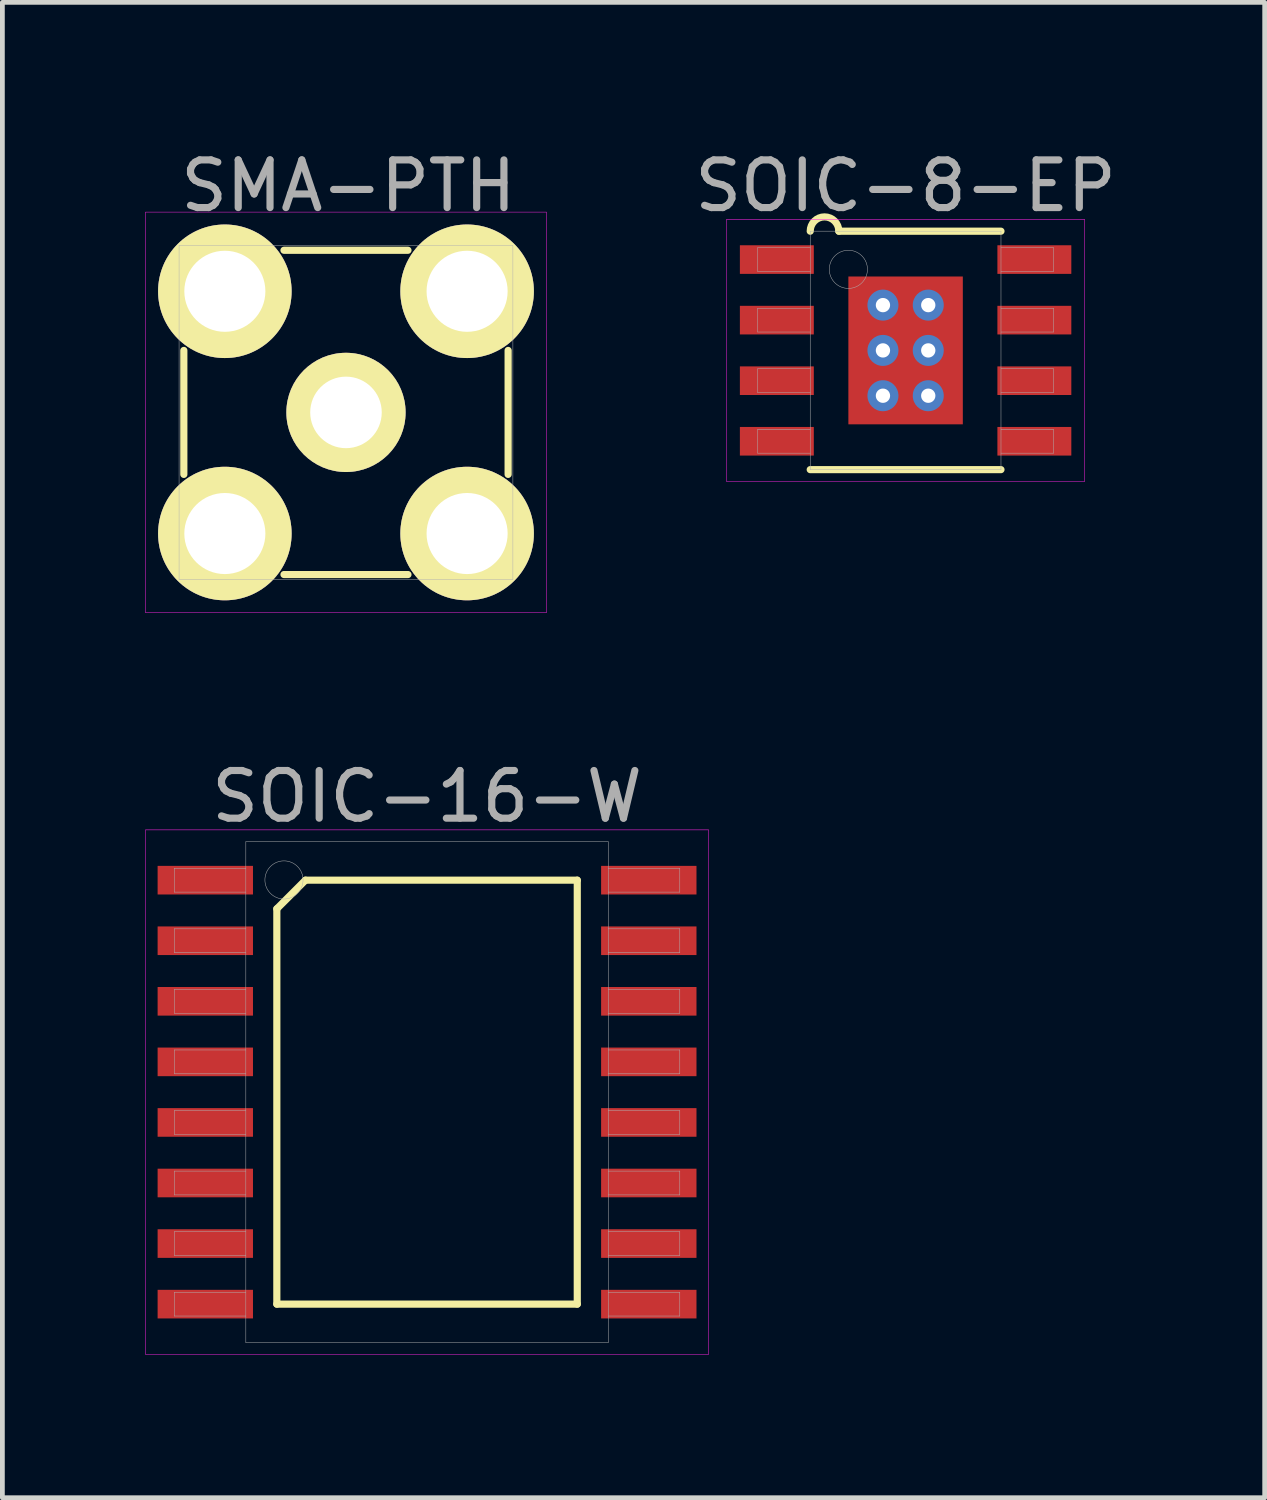
<source format=kicad_pcb>
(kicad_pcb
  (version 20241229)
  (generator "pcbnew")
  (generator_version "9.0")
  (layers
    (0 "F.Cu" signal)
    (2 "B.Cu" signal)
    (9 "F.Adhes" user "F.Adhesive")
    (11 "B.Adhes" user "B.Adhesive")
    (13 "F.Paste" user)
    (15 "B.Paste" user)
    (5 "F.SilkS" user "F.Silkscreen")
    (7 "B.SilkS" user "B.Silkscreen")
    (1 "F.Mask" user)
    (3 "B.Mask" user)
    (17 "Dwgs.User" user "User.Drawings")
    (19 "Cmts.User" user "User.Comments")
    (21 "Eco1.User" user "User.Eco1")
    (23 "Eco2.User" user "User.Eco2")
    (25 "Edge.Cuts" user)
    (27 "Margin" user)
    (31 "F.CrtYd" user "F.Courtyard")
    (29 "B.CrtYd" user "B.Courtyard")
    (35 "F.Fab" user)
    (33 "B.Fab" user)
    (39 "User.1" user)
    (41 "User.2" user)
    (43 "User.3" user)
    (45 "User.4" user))
  (footprint "SOIC-8-EP"
    (layer "F.Cu")
    (at 15.94 4.298)
    (property "Reference" "SOIC-8-EP" (at 0 -3.45 0) (layer "F.Fab") (effects (font (size 1 1) (thickness 0.15))))
    (attr through_hole)
    (fp_line (start -2 2.5) (end 2 2.5) (stroke (width 0.15) (type solid)) (layer "F.SilkS"))
    (fp_line (start -1.4 -2.5) (end 2 -2.5) (stroke (width 0.15) (type solid)) (layer "F.SilkS"))
    (fp_arc (start -2 -2.5) (mid -1.7 -2.8) (end -1.4 -2.5) (stroke (width 0.15) (type solid)) (layer "F.SilkS"))
    (fp_line (start -3.75 -2.75) (end 3.75 -2.75) (stroke (width 0.01) (type solid)) (layer "F.CrtYd"))
    (fp_line (start -3.75 2.75) (end -3.75 -2.75) (stroke (width 0.01) (type solid)) (layer "F.CrtYd"))
    (fp_line (start 3.75 -2.75) (end 3.75 2.75) (stroke (width 0.01) (type solid)) (layer "F.CrtYd"))
    (fp_line (start 3.75 2.75) (end -3.75 2.75) (stroke (width 0.01) (type solid)) (layer "F.CrtYd"))
    (fp_line (start -3.1 -2.155) (end -2 -2.155) (stroke (width 0.01) (type solid)) (layer "F.Fab"))
    (fp_line (start -3.1 -1.655) (end -3.1 -2.155) (stroke (width 0.01) (type solid)) (layer "F.Fab"))
    (fp_line (start -3.1 -0.885) (end -2 -0.885) (stroke (width 0.01) (type solid)) (layer "F.Fab"))
    (fp_line (start -3.1 -0.385) (end -3.1 -0.885) (stroke (width 0.01) (type solid)) (layer "F.Fab"))
    (fp_line (start -3.1 0.385) (end -2 0.385) (stroke (width 0.01) (type solid)) (layer "F.Fab"))
    (fp_line (start -3.1 0.885) (end -3.1 0.385) (stroke (width 0.01) (type solid)) (layer "F.Fab"))
    (fp_line (start -3.1 1.655) (end -2 1.655) (stroke (width 0.01) (type solid)) (layer "F.Fab"))
    (fp_line (start -3.1 2.155) (end -3.1 1.655) (stroke (width 0.01) (type solid)) (layer "F.Fab"))
    (fp_line (start -2 -2.5) (end 2 -2.5) (stroke (width 0.01) (type solid)) (layer "F.Fab"))
    (fp_line (start -2 -1.655) (end -3.1 -1.655) (stroke (width 0.01) (type solid)) (layer "F.Fab"))
    (fp_line (start -2 -0.385) (end -3.1 -0.385) (stroke (width 0.01) (type solid)) (layer "F.Fab"))
    (fp_line (start -2 0.885) (end -3.1 0.885) (stroke (width 0.01) (type solid)) (layer "F.Fab"))
    (fp_line (start -2 2.155) (end -3.1 2.155) (stroke (width 0.01) (type solid)) (layer "F.Fab"))
    (fp_line (start -2 2.5) (end -2 -2.5) (stroke (width 0.01) (type solid)) (layer "F.Fab"))
    (fp_line (start 2 -2.5) (end 2 2.5) (stroke (width 0.01) (type solid)) (layer "F.Fab"))
    (fp_line (start 2 -2.155) (end 3.1 -2.155) (stroke (width 0.01) (type solid)) (layer "F.Fab"))
    (fp_line (start 2 -0.885) (end 3.1 -0.885) (stroke (width 0.01) (type solid)) (layer "F.Fab"))
    (fp_line (start 2 0.385) (end 3.1 0.385) (stroke (width 0.01) (type solid)) (layer "F.Fab"))
    (fp_line (start 2 1.655) (end 3.1 1.655) (stroke (width 0.01) (type solid)) (layer "F.Fab"))
    (fp_line (start 2 2.5) (end -2 2.5) (stroke (width 0.01) (type solid)) (layer "F.Fab"))
    (fp_line (start 3.1 -2.155) (end 3.1 -1.655) (stroke (width 0.01) (type solid)) (layer "F.Fab"))
    (fp_line (start 3.1 -1.655) (end 2 -1.655) (stroke (width 0.01) (type solid)) (layer "F.Fab"))
    (fp_line (start 3.1 -0.885) (end 3.1 -0.385) (stroke (width 0.01) (type solid)) (layer "F.Fab"))
    (fp_line (start 3.1 -0.385) (end 2 -0.385) (stroke (width 0.01) (type solid)) (layer "F.Fab"))
    (fp_line (start 3.1 0.385) (end 3.1 0.885) (stroke (width 0.01) (type solid)) (layer "F.Fab"))
    (fp_line (start 3.1 0.885) (end 2 0.885) (stroke (width 0.01) (type solid)) (layer "F.Fab"))
    (fp_line (start 3.1 1.655) (end 3.1 2.155) (stroke (width 0.01) (type solid)) (layer "F.Fab"))
    (fp_line (start 3.1 2.155) (end 2 2.155) (stroke (width 0.01) (type solid)) (layer "F.Fab"))
    (fp_circle (center -1.2 -1.7) (end -1.2 -1.3) (stroke (width 0.01) (type solid)) (fill no) (layer "F.Fab"))
    (pad "1" smd rect (at -2.7 -1.905) (size 1.55 0.6) (layers "F.Cu" "F.Mask" "F.Paste"))
    (pad "2" smd rect (at -2.7 -0.635) (size 1.55 0.6) (layers "F.Cu" "F.Mask" "F.Paste"))
    (pad "3" smd rect (at -2.7 0.635) (size 1.55 0.6) (layers "F.Cu" "F.Mask" "F.Paste"))
    (pad "4" smd rect (at -2.7 1.905) (size 1.55 0.6) (layers "F.Cu" "F.Mask" "F.Paste"))
    (pad "5" smd rect (at 2.7 1.905) (size 1.55 0.6) (layers "F.Cu" "F.Mask" "F.Paste"))
    (pad "6" smd rect (at 2.7 0.635) (size 1.55 0.6) (layers "F.Cu" "F.Mask" "F.Paste"))
    (pad "7" smd rect (at 2.7 -0.635) (size 1.55 0.6) (layers "F.Cu" "F.Mask" "F.Paste"))
    (pad "8" smd rect (at 2.7 -1.905) (size 1.55 0.6) (layers "F.Cu" "F.Mask" "F.Paste"))
    (pad "EP" thru_hole circle (at -0.475 -0.95) (size 0.65 0.65) (drill 0.3) (layers "*.Cu"))
    (pad "EP" thru_hole circle (at -0.475 0) (size 0.65 0.65) (drill 0.3) (layers "*.Cu"))
    (pad "EP" thru_hole circle (at -0.475 0.95) (size 0.65 0.65) (drill 0.3) (layers "*.Cu"))
    (pad "EP" smd rect (at 0 0) (size 2.4 3.1) (layers "F.Cu" "F.Mask" "F.Paste"))
    (pad "EP" thru_hole circle (at 0.475 -0.95) (size 0.65 0.65) (drill 0.3) (layers "*.Cu"))
    (pad "EP" thru_hole circle (at 0.475 0) (size 0.65 0.65) (drill 0.3) (layers "*.Cu"))
    (pad "EP" thru_hole circle (at 0.475 0.95) (size 0.65 0.65) (drill 0.3) (layers "*.Cu")))
  (footprint "SMA-PTH"
    (layer "F.Cu")
    (at 4.205 5.598)
    (property "Reference" "SMA-PTH" (at 0.05 -4.75 0) (layer "F.Fab") (effects (font (size 1 1) (thickness 0.15))))
    (attr through_hole)
    (fp_line (start -3.4 -1.3) (end -3.4 1.3) (stroke (width 0.15) (type solid)) (layer "F.SilkS"))
    (fp_line (start -1.3 -3.4) (end 1.3 -3.4) (stroke (width 0.15) (type solid)) (layer "F.SilkS"))
    (fp_line (start -1.3 3.4) (end 1.3 3.4) (stroke (width 0.15) (type solid)) (layer "F.SilkS"))
    (fp_line (start 3.4 -1.3) (end 3.4 1.3) (stroke (width 0.15) (type solid)) (layer "F.SilkS"))
    (fp_line (start -4.2 -4.2) (end 4.2 -4.2) (stroke (width 0.01) (type solid)) (layer "F.CrtYd"))
    (fp_line (start -4.2 4.2) (end -4.2 -4.2) (stroke (width 0.01) (type solid)) (layer "F.CrtYd"))
    (fp_line (start 4.2 -4.2) (end 4.2 4.2) (stroke (width 0.01) (type solid)) (layer "F.CrtYd"))
    (fp_line (start 4.2 4.2) (end -4.2 4.2) (stroke (width 0.01) (type solid)) (layer "F.CrtYd"))
    (fp_line (start -3.5 -3.5) (end 3.5 -3.5) (stroke (width 0.01) (type solid)) (layer "F.Fab"))
    (fp_line (start -3.5 3.5) (end -3.5 -3.5) (stroke (width 0.01) (type solid)) (layer "F.Fab"))
    (fp_line (start -3.05 -3.05) (end -2.05 -3.05) (stroke (width 0.01) (type solid)) (layer "F.Fab"))
    (fp_line (start -3.05 -2.05) (end -3.05 -3.05) (stroke (width 0.01) (type solid)) (layer "F.Fab"))
    (fp_line (start -3.05 2.05) (end -2.05 2.05) (stroke (width 0.01) (type solid)) (layer "F.Fab"))
    (fp_line (start -3.05 3.05) (end -3.05 2.05) (stroke (width 0.01) (type solid)) (layer "F.Fab"))
    (fp_line (start -2.05 -3.05) (end -2.05 -2.05) (stroke (width 0.01) (type solid)) (layer "F.Fab"))
    (fp_line (start -2.05 -2.05) (end -3.05 -2.05) (stroke (width 0.01) (type solid)) (layer "F.Fab"))
    (fp_line (start -2.05 2.05) (end -2.05 3.05) (stroke (width 0.01) (type solid)) (layer "F.Fab"))
    (fp_line (start -2.05 3.05) (end -3.05 3.05) (stroke (width 0.01) (type solid)) (layer "F.Fab"))
    (fp_line (start 2.05 -3.05) (end 3.05 -3.05) (stroke (width 0.01) (type solid)) (layer "F.Fab"))
    (fp_line (start 2.05 -2.05) (end 2.05 -3.05) (stroke (width 0.01) (type solid)) (layer "F.Fab"))
    (fp_line (start 2.05 2.05) (end 3.05 2.05) (stroke (width 0.01) (type solid)) (layer "F.Fab"))
    (fp_line (start 2.05 3.05) (end 2.05 2.05) (stroke (width 0.01) (type solid)) (layer "F.Fab"))
    (fp_line (start 3.05 -3.05) (end 3.05 -2.05) (stroke (width 0.01) (type solid)) (layer "F.Fab"))
    (fp_line (start 3.05 -2.05) (end 2.05 -2.05) (stroke (width 0.01) (type solid)) (layer "F.Fab"))
    (fp_line (start 3.05 2.05) (end 3.05 3.05) (stroke (width 0.01) (type solid)) (layer "F.Fab"))
    (fp_line (start 3.05 3.05) (end 2.05 3.05) (stroke (width 0.01) (type solid)) (layer "F.Fab"))
    (fp_line (start 3.5 -3.5) (end 3.5 3.5) (stroke (width 0.01) (type solid)) (layer "F.Fab"))
    (fp_line (start 3.5 3.5) (end -3.5 3.5) (stroke (width 0.01) (type solid)) (layer "F.Fab"))
    (fp_circle (center 0 0) (end 0.65 0) (stroke (width 0.01) (type solid)) (fill no) (layer "F.Fab"))
    (pad "1" thru_hole circle (at 0 0) (size 2.5 2.5) (drill 1.5) (layers "*.Cu" "*.Mask" "F.SilkS"))
    (pad "2" thru_hole circle (at -2.54 -2.54) (size 2.8 2.8) (drill 1.7) (layers "*.Cu" "*.Mask" "F.SilkS"))
    (pad "2" thru_hole circle (at -2.54 2.54) (size 2.8 2.8) (drill 1.7) (layers "*.Cu" "*.Mask" "F.SilkS"))
    (pad "2" thru_hole circle (at 2.54 -2.54) (size 2.8 2.8) (drill 1.7) (layers "*.Cu" "*.Mask" "F.SilkS"))
    (pad "2" thru_hole circle (at 2.54 2.54) (size 2.8 2.8) (drill 1.7) (layers "*.Cu" "*.Mask" "F.SilkS")))
  (footprint "SOIC-16-W"
    (layer "F.Cu")
    (at 5.905 19.852)
    (property "Reference" "SOIC-16-W" (at 0 -6.2 0) (layer "F.Fab") (effects (font (size 1 1) (thickness 0.15))))
    (attr through_hole)
    (fp_line (start -3.15 -3.845) (end -2.55 -4.445) (stroke (width 0.15) (type solid)) (layer "F.SilkS"))
    (fp_line (start -3.15 4.445) (end -3.15 -3.845) (stroke (width 0.15) (type solid)) (layer "F.SilkS"))
    (fp_line (start -2.55 -4.445) (end 3.15 -4.445) (stroke (width 0.15) (type solid)) (layer "F.SilkS"))
    (fp_line (start 3.15 -4.445) (end 3.15 4.445) (stroke (width 0.15) (type solid)) (layer "F.SilkS"))
    (fp_line (start 3.15 4.445) (end -3.15 4.445) (stroke (width 0.15) (type solid)) (layer "F.SilkS"))
    (fp_line (start -5.9 -5.5) (end 5.9 -5.5) (stroke (width 0.01) (type solid)) (layer "F.CrtYd"))
    (fp_line (start -5.9 5.5) (end -5.9 -5.5) (stroke (width 0.01) (type solid)) (layer "F.CrtYd"))
    (fp_line (start 5.9 -5.5) (end 5.9 5.5) (stroke (width 0.01) (type solid)) (layer "F.CrtYd"))
    (fp_line (start 5.9 5.5) (end -5.9 5.5) (stroke (width 0.01) (type solid)) (layer "F.CrtYd"))
    (fp_line (start -5.3 -4.695) (end -3.8 -4.695) (stroke (width 0.01) (type solid)) (layer "F.Fab"))
    (fp_line (start -5.3 -4.195) (end -5.3 -4.695) (stroke (width 0.01) (type solid)) (layer "F.Fab"))
    (fp_line (start -5.3 -3.425) (end -3.8 -3.425) (stroke (width 0.01) (type solid)) (layer "F.Fab"))
    (fp_line (start -5.3 -2.925) (end -5.3 -3.425) (stroke (width 0.01) (type solid)) (layer "F.Fab"))
    (fp_line (start -5.3 -2.155) (end -3.8 -2.155) (stroke (width 0.01) (type solid)) (layer "F.Fab"))
    (fp_line (start -5.3 -1.655) (end -5.3 -2.155) (stroke (width 0.01) (type solid)) (layer "F.Fab"))
    (fp_line (start -5.3 -0.885) (end -3.8 -0.885) (stroke (width 0.01) (type solid)) (layer "F.Fab"))
    (fp_line (start -5.3 -0.385) (end -5.3 -0.885) (stroke (width 0.01) (type solid)) (layer "F.Fab"))
    (fp_line (start -5.3 0.385) (end -3.8 0.385) (stroke (width 0.01) (type solid)) (layer "F.Fab"))
    (fp_line (start -5.3 0.885) (end -5.3 0.385) (stroke (width 0.01) (type solid)) (layer "F.Fab"))
    (fp_line (start -5.3 1.655) (end -3.8 1.655) (stroke (width 0.01) (type solid)) (layer "F.Fab"))
    (fp_line (start -5.3 2.155) (end -5.3 1.655) (stroke (width 0.01) (type solid)) (layer "F.Fab"))
    (fp_line (start -5.3 2.925) (end -3.8 2.925) (stroke (width 0.01) (type solid)) (layer "F.Fab"))
    (fp_line (start -5.3 3.425) (end -5.3 2.925) (stroke (width 0.01) (type solid)) (layer "F.Fab"))
    (fp_line (start -5.3 4.195) (end -3.8 4.195) (stroke (width 0.01) (type solid)) (layer "F.Fab"))
    (fp_line (start -5.3 4.695) (end -5.3 4.195) (stroke (width 0.01) (type solid)) (layer "F.Fab"))
    (fp_line (start -3.8 -5.25) (end 3.8 -5.25) (stroke (width 0.01) (type solid)) (layer "F.Fab"))
    (fp_line (start -3.8 -4.195) (end -5.3 -4.195) (stroke (width 0.01) (type solid)) (layer "F.Fab"))
    (fp_line (start -3.8 -2.925) (end -5.3 -2.925) (stroke (width 0.01) (type solid)) (layer "F.Fab"))
    (fp_line (start -3.8 -1.655) (end -5.3 -1.655) (stroke (width 0.01) (type solid)) (layer "F.Fab"))
    (fp_line (start -3.8 -0.385) (end -5.3 -0.385) (stroke (width 0.01) (type solid)) (layer "F.Fab"))
    (fp_line (start -3.8 0.885) (end -5.3 0.885) (stroke (width 0.01) (type solid)) (layer "F.Fab"))
    (fp_line (start -3.8 2.155) (end -5.3 2.155) (stroke (width 0.01) (type solid)) (layer "F.Fab"))
    (fp_line (start -3.8 3.425) (end -5.3 3.425) (stroke (width 0.01) (type solid)) (layer "F.Fab"))
    (fp_line (start -3.8 4.695) (end -5.3 4.695) (stroke (width 0.01) (type solid)) (layer "F.Fab"))
    (fp_line (start -3.8 5.25) (end -3.8 -5.25) (stroke (width 0.01) (type solid)) (layer "F.Fab"))
    (fp_line (start 3.8 -5.25) (end 3.8 5.25) (stroke (width 0.01) (type solid)) (layer "F.Fab"))
    (fp_line (start 3.8 -4.695) (end 5.3 -4.695) (stroke (width 0.01) (type solid)) (layer "F.Fab"))
    (fp_line (start 3.8 -3.425) (end 5.3 -3.425) (stroke (width 0.01) (type solid)) (layer "F.Fab"))
    (fp_line (start 3.8 -2.155) (end 5.3 -2.155) (stroke (width 0.01) (type solid)) (layer "F.Fab"))
    (fp_line (start 3.8 -0.885) (end 5.3 -0.885) (stroke (width 0.01) (type solid)) (layer "F.Fab"))
    (fp_line (start 3.8 0.385) (end 5.3 0.385) (stroke (width 0.01) (type solid)) (layer "F.Fab"))
    (fp_line (start 3.8 1.655) (end 5.3 1.655) (stroke (width 0.01) (type solid)) (layer "F.Fab"))
    (fp_line (start 3.8 2.925) (end 5.3 2.925) (stroke (width 0.01) (type solid)) (layer "F.Fab"))
    (fp_line (start 3.8 4.195) (end 5.3 4.195) (stroke (width 0.01) (type solid)) (layer "F.Fab"))
    (fp_line (start 3.8 5.25) (end -3.8 5.25) (stroke (width 0.01) (type solid)) (layer "F.Fab"))
    (fp_line (start 5.3 -4.695) (end 5.3 -4.195) (stroke (width 0.01) (type solid)) (layer "F.Fab"))
    (fp_line (start 5.3 -4.195) (end 3.8 -4.195) (stroke (width 0.01) (type solid)) (layer "F.Fab"))
    (fp_line (start 5.3 -3.425) (end 5.3 -2.925) (stroke (width 0.01) (type solid)) (layer "F.Fab"))
    (fp_line (start 5.3 -2.925) (end 3.8 -2.925) (stroke (width 0.01) (type solid)) (layer "F.Fab"))
    (fp_line (start 5.3 -2.155) (end 5.3 -1.655) (stroke (width 0.01) (type solid)) (layer "F.Fab"))
    (fp_line (start 5.3 -1.655) (end 3.8 -1.655) (stroke (width 0.01) (type solid)) (layer "F.Fab"))
    (fp_line (start 5.3 -0.885) (end 5.3 -0.385) (stroke (width 0.01) (type solid)) (layer "F.Fab"))
    (fp_line (start 5.3 -0.385) (end 3.8 -0.385) (stroke (width 0.01) (type solid)) (layer "F.Fab"))
    (fp_line (start 5.3 0.385) (end 5.3 0.885) (stroke (width 0.01) (type solid)) (layer "F.Fab"))
    (fp_line (start 5.3 0.885) (end 3.8 0.885) (stroke (width 0.01) (type solid)) (layer "F.Fab"))
    (fp_line (start 5.3 1.655) (end 5.3 2.155) (stroke (width 0.01) (type solid)) (layer "F.Fab"))
    (fp_line (start 5.3 2.155) (end 3.8 2.155) (stroke (width 0.01) (type solid)) (layer "F.Fab"))
    (fp_line (start 5.3 2.925) (end 5.3 3.425) (stroke (width 0.01) (type solid)) (layer "F.Fab"))
    (fp_line (start 5.3 3.425) (end 3.8 3.425) (stroke (width 0.01) (type solid)) (layer "F.Fab"))
    (fp_line (start 5.3 4.195) (end 5.3 4.695) (stroke (width 0.01) (type solid)) (layer "F.Fab"))
    (fp_line (start 5.3 4.695) (end 3.8 4.695) (stroke (width 0.01) (type solid)) (layer "F.Fab"))
    (fp_circle (center -3 -4.45) (end -3 -4.05) (stroke (width 0.01) (type solid)) (fill no) (layer "F.Fab"))
    (pad "1" smd rect (at -4.65 -4.445) (size 2 0.6) (layers "F.Cu" "F.Mask" "F.Paste"))
    (pad "2" smd rect (at -4.65 -3.175) (size 2 0.6) (layers "F.Cu" "F.Mask" "F.Paste"))
    (pad "3" smd rect (at -4.65 -1.905) (size 2 0.6) (layers "F.Cu" "F.Mask" "F.Paste"))
    (pad "4" smd rect (at -4.65 -0.635) (size 2 0.6) (layers "F.Cu" "F.Mask" "F.Paste"))
    (pad "5" smd rect (at -4.65 0.635) (size 2 0.6) (layers "F.Cu" "F.Mask" "F.Paste"))
    (pad "6" smd rect (at -4.65 1.905) (size 2 0.6) (layers "F.Cu" "F.Mask" "F.Paste"))
    (pad "7" smd rect (at -4.65 3.175) (size 2 0.6) (layers "F.Cu" "F.Mask" "F.Paste"))
    (pad "8" smd rect (at -4.65 4.445) (size 2 0.6) (layers "F.Cu" "F.Mask" "F.Paste"))
    (pad "9" smd rect (at 4.65 4.445) (size 2 0.6) (layers "F.Cu" "F.Mask" "F.Paste"))
    (pad "10" smd rect (at 4.65 3.175) (size 2 0.6) (layers "F.Cu" "F.Mask" "F.Paste"))
    (pad "11" smd rect (at 4.65 1.905) (size 2 0.6) (layers "F.Cu" "F.Mask" "F.Paste"))
    (pad "12" smd rect (at 4.65 0.635) (size 2 0.6) (layers "F.Cu" "F.Mask" "F.Paste"))
    (pad "13" smd rect (at 4.65 -0.635) (size 2 0.6) (layers "F.Cu" "F.Mask" "F.Paste"))
    (pad "14" smd rect (at 4.65 -1.905) (size 2 0.6) (layers "F.Cu" "F.Mask" "F.Paste"))
    (pad "15" smd rect (at 4.65 -3.175) (size 2 0.6) (layers "F.Cu" "F.Mask" "F.Paste"))
    (pad "16" smd rect (at 4.65 -4.445) (size 2 0.6) (layers "F.Cu" "F.Mask" "F.Paste")))
  (gr_rect
    (start -3 -3)
    (end 23.47 28.357)
    (stroke (width 0.1) (type default))
    (fill no)
    (layer "Edge.Cuts")))
</source>
